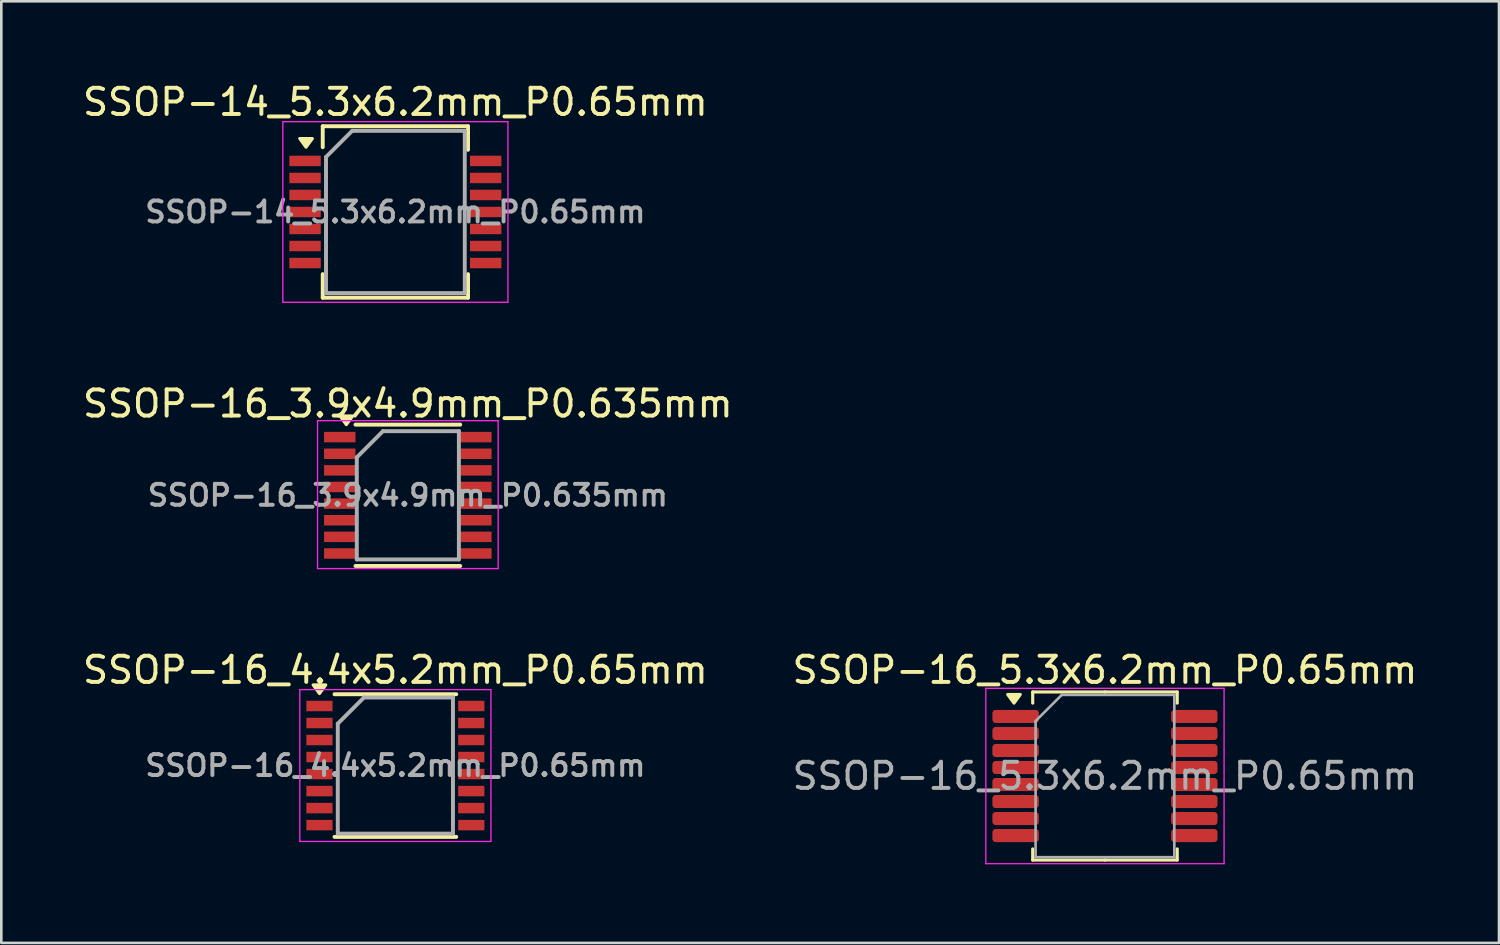
<source format=kicad_pcb>
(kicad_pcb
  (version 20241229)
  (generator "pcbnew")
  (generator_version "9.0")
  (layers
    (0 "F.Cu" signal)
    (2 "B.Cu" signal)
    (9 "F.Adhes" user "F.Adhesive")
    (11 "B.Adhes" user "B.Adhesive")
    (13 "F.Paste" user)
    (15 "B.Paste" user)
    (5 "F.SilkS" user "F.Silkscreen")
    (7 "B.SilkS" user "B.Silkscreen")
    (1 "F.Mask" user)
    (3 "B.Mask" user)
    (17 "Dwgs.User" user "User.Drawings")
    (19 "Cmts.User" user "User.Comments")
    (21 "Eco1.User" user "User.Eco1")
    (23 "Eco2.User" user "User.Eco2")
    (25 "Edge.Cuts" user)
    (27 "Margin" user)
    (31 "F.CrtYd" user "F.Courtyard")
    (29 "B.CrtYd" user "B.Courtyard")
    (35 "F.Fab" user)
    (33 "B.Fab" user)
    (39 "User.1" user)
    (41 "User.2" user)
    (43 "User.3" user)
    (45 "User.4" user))
  (footprint "SSOP-14_5.3x6.2mm_P0.65mm"
    (layer "F.Cu")
    (at 12.054 5.048)
    (property "Reference" "SSOP-14_5.3x6.2mm_P0.65mm" (at 0 -4.2 0) (layer "F.SilkS") (effects (font (size 1 1) (thickness 0.15))))
    (attr smd)
    (fp_line (start -2.775 -3.275) (end -2.775 -2.475) (stroke (width 0.15) (type solid)) (layer "F.SilkS"))
    (fp_line (start -2.775 -3.275) (end 2.775 -3.275) (stroke (width 0.15) (type solid)) (layer "F.SilkS"))
    (fp_line (start -2.775 3.275) (end -2.775 2.375) (stroke (width 0.15) (type solid)) (layer "F.SilkS"))
    (fp_line (start -2.775 3.275) (end 2.775 3.275) (stroke (width 0.15) (type solid)) (layer "F.SilkS"))
    (fp_line (start 2.775 -3.275) (end 2.775 -2.375) (stroke (width 0.15) (type solid)) (layer "F.SilkS"))
    (fp_line (start 2.775 3.275) (end 2.775 2.375) (stroke (width 0.15) (type solid)) (layer "F.SilkS"))
    (fp_poly (pts (xy -3.413 -2.475) (xy -3.652 -2.805) (xy -3.172 -2.805) (xy -3.413 -2.475)) (stroke (width 0.12) (type solid)) (fill yes) (layer "F.SilkS"))
    (fp_line (start -4.3 -3.45) (end -4.3 3.45) (stroke (width 0.05) (type solid)) (layer "F.CrtYd"))
    (fp_line (start -4.3 -3.45) (end 4.3 -3.45) (stroke (width 0.05) (type solid)) (layer "F.CrtYd"))
    (fp_line (start -4.3 3.45) (end 4.3 3.45) (stroke (width 0.05) (type solid)) (layer "F.CrtYd"))
    (fp_line (start 4.3 -3.45) (end 4.3 3.45) (stroke (width 0.05) (type solid)) (layer "F.CrtYd"))
    (fp_line (start -2.65 -2.1) (end -1.65 -3.1) (stroke (width 0.15) (type solid)) (layer "F.Fab"))
    (fp_line (start -2.65 3.1) (end -2.65 -2.1) (stroke (width 0.15) (type solid)) (layer "F.Fab"))
    (fp_line (start -1.65 -3.1) (end 2.65 -3.1) (stroke (width 0.15) (type solid)) (layer "F.Fab"))
    (fp_line (start 2.65 -3.1) (end 2.65 3.1) (stroke (width 0.15) (type solid)) (layer "F.Fab"))
    (fp_line (start 2.65 3.1) (end -2.65 3.1) (stroke (width 0.15) (type solid)) (layer "F.Fab"))
    (fp_text user "${REFERENCE}" (at 0 0 0) (layer "F.Fab") (effects (font (size 0.8 0.8) (thickness 0.15))))
    (pad "1" smd rect (at -3.45 -1.95) (size 1.2 0.4) (layers "F.Cu" "F.Mask" "F.Paste"))
    (pad "2" smd rect (at -3.45 -1.3) (size 1.2 0.4) (layers "F.Cu" "F.Mask" "F.Paste"))
    (pad "3" smd rect (at -3.45 -0.65) (size 1.2 0.4) (layers "F.Cu" "F.Mask" "F.Paste"))
    (pad "4" smd rect (at -3.45 0) (size 1.2 0.4) (layers "F.Cu" "F.Mask" "F.Paste"))
    (pad "5" smd rect (at -3.45 0.65) (size 1.2 0.4) (layers "F.Cu" "F.Mask" "F.Paste"))
    (pad "6" smd rect (at -3.45 1.3) (size 1.2 0.4) (layers "F.Cu" "F.Mask" "F.Paste"))
    (pad "7" smd rect (at -3.45 1.95) (size 1.2 0.4) (layers "F.Cu" "F.Mask" "F.Paste"))
    (pad "8" smd rect (at 3.45 1.95) (size 1.2 0.4) (layers "F.Cu" "F.Mask" "F.Paste"))
    (pad "9" smd rect (at 3.45 1.3) (size 1.2 0.4) (layers "F.Cu" "F.Mask" "F.Paste"))
    (pad "10" smd rect (at 3.45 0.65) (size 1.2 0.4) (layers "F.Cu" "F.Mask" "F.Paste"))
    (pad "11" smd rect (at 3.45 0) (size 1.2 0.4) (layers "F.Cu" "F.Mask" "F.Paste"))
    (pad "12" smd rect (at 3.45 -0.65) (size 1.2 0.4) (layers "F.Cu" "F.Mask" "F.Paste"))
    (pad "13" smd rect (at 3.45 -1.3) (size 1.2 0.4) (layers "F.Cu" "F.Mask" "F.Paste"))
    (pad "14" smd rect (at 3.45 -1.95) (size 1.2 0.4) (layers "F.Cu" "F.Mask" "F.Paste")))
  (footprint "SSOP-16_5.3x6.2mm_P0.65mm"
    (layer "F.Cu")
    (at 39.161 26.595)
    (property "Reference" "SSOP-16_5.3x6.2mm_P0.65mm" (at 0 -4.05 0) (layer "F.SilkS") (effects (font (size 1 1) (thickness 0.15))))
    (attr smd)
    (fp_line (start -2.76 -3.21) (end -2.76 -2.785) (stroke (width 0.12) (type solid)) (layer "F.SilkS"))
    (fp_line (start -2.76 3.21) (end -2.76 2.785) (stroke (width 0.12) (type solid)) (layer "F.SilkS"))
    (fp_line (start 0 -3.21) (end -2.76 -3.21) (stroke (width 0.12) (type solid)) (layer "F.SilkS"))
    (fp_line (start 0 -3.21) (end 2.76 -3.21) (stroke (width 0.12) (type solid)) (layer "F.SilkS"))
    (fp_line (start 0 3.21) (end -2.76 3.21) (stroke (width 0.12) (type solid)) (layer "F.SilkS"))
    (fp_line (start 0 3.21) (end 2.76 3.21) (stroke (width 0.12) (type solid)) (layer "F.SilkS"))
    (fp_line (start 2.76 -3.21) (end 2.76 -2.785) (stroke (width 0.12) (type solid)) (layer "F.SilkS"))
    (fp_line (start 2.76 3.21) (end 2.76 2.785) (stroke (width 0.12) (type solid)) (layer "F.SilkS"))
    (fp_poly (pts (xy -3.475 -2.785) (xy -3.715 -3.115) (xy -3.235 -3.115) (xy -3.475 -2.785)) (stroke (width 0.12) (type solid)) (fill yes) (layer "F.SilkS"))
    (fp_line (start -4.55 -3.35) (end -4.55 3.35) (stroke (width 0.05) (type solid)) (layer "F.CrtYd"))
    (fp_line (start -4.55 3.35) (end 4.55 3.35) (stroke (width 0.05) (type solid)) (layer "F.CrtYd"))
    (fp_line (start 4.55 -3.35) (end -4.55 -3.35) (stroke (width 0.05) (type solid)) (layer "F.CrtYd"))
    (fp_line (start 4.55 3.35) (end 4.55 -3.35) (stroke (width 0.05) (type solid)) (layer "F.CrtYd"))
    (fp_line (start -2.65 -2.1) (end -1.65 -3.1) (stroke (width 0.1) (type solid)) (layer "F.Fab"))
    (fp_line (start -2.65 3.1) (end -2.65 -2.1) (stroke (width 0.1) (type solid)) (layer "F.Fab"))
    (fp_line (start -1.65 -3.1) (end 2.65 -3.1) (stroke (width 0.1) (type solid)) (layer "F.Fab"))
    (fp_line (start 2.65 -3.1) (end 2.65 3.1) (stroke (width 0.1) (type solid)) (layer "F.Fab"))
    (fp_line (start 2.65 3.1) (end -2.65 3.1) (stroke (width 0.1) (type solid)) (layer "F.Fab"))
    (fp_text user "${REFERENCE}" (at 0 0 0) (layer "F.Fab") (effects (font (size 1 1) (thickness 0.15))))
    (pad "1" smd roundrect (at -3.413 -2.275) (size 1.775 0.5) (layers "F.Cu" "F.Mask" "F.Paste") (roundrect_rratio 0.25))
    (pad "2" smd roundrect (at -3.413 -1.625) (size 1.775 0.5) (layers "F.Cu" "F.Mask" "F.Paste") (roundrect_rratio 0.25))
    (pad "3" smd roundrect (at -3.413 -0.975) (size 1.775 0.5) (layers "F.Cu" "F.Mask" "F.Paste") (roundrect_rratio 0.25))
    (pad "4" smd roundrect (at -3.413 -0.325) (size 1.775 0.5) (layers "F.Cu" "F.Mask" "F.Paste") (roundrect_rratio 0.25))
    (pad "5" smd roundrect (at -3.413 0.325) (size 1.775 0.5) (layers "F.Cu" "F.Mask" "F.Paste") (roundrect_rratio 0.25))
    (pad "6" smd roundrect (at -3.413 0.975) (size 1.775 0.5) (layers "F.Cu" "F.Mask" "F.Paste") (roundrect_rratio 0.25))
    (pad "7" smd roundrect (at -3.413 1.625) (size 1.775 0.5) (layers "F.Cu" "F.Mask" "F.Paste") (roundrect_rratio 0.25))
    (pad "8" smd roundrect (at -3.413 2.275) (size 1.775 0.5) (layers "F.Cu" "F.Mask" "F.Paste") (roundrect_rratio 0.25))
    (pad "9" smd roundrect (at 3.413 2.275) (size 1.775 0.5) (layers "F.Cu" "F.Mask" "F.Paste") (roundrect_rratio 0.25))
    (pad "10" smd roundrect (at 3.413 1.625) (size 1.775 0.5) (layers "F.Cu" "F.Mask" "F.Paste") (roundrect_rratio 0.25))
    (pad "11" smd roundrect (at 3.413 0.975) (size 1.775 0.5) (layers "F.Cu" "F.Mask" "F.Paste") (roundrect_rratio 0.25))
    (pad "12" smd roundrect (at 3.413 0.325) (size 1.775 0.5) (layers "F.Cu" "F.Mask" "F.Paste") (roundrect_rratio 0.25))
    (pad "13" smd roundrect (at 3.413 -0.325) (size 1.775 0.5) (layers "F.Cu" "F.Mask" "F.Paste") (roundrect_rratio 0.25))
    (pad "14" smd roundrect (at 3.413 -0.975) (size 1.775 0.5) (layers "F.Cu" "F.Mask" "F.Paste") (roundrect_rratio 0.25))
    (pad "15" smd roundrect (at 3.413 -1.625) (size 1.775 0.5) (layers "F.Cu" "F.Mask" "F.Paste") (roundrect_rratio 0.25))
    (pad "16" smd roundrect (at 3.413 -2.275) (size 1.775 0.5) (layers "F.Cu" "F.Mask" "F.Paste") (roundrect_rratio 0.25)))
  (footprint "SSOP-16_4.4x5.2mm_P0.65mm"
    (layer "F.Cu")
    (at 12.054 26.195)
    (property "Reference" "SSOP-16_4.4x5.2mm_P0.65mm" (at 0 -3.65 0) (layer "F.SilkS") (effects (font (size 1 1) (thickness 0.15))))
    (attr smd)
    (fp_line (start -2.325 -2.725) (end 2.325 -2.725) (stroke (width 0.15) (type solid)) (layer "F.SilkS"))
    (fp_line (start -2.325 2.725) (end 2.325 2.725) (stroke (width 0.15) (type solid)) (layer "F.SilkS"))
    (fp_poly (pts (xy -2.9 -2.75) (xy -3.14 -3.08) (xy -2.66 -3.08) (xy -2.9 -2.75)) (stroke (width 0.12) (type solid)) (fill yes) (layer "F.SilkS"))
    (fp_line (start -3.65 -2.9) (end -3.65 2.9) (stroke (width 0.05) (type solid)) (layer "F.CrtYd"))
    (fp_line (start -3.65 -2.9) (end 3.65 -2.9) (stroke (width 0.05) (type solid)) (layer "F.CrtYd"))
    (fp_line (start -3.65 2.9) (end 3.65 2.9) (stroke (width 0.05) (type solid)) (layer "F.CrtYd"))
    (fp_line (start 3.65 -2.9) (end 3.65 2.9) (stroke (width 0.05) (type solid)) (layer "F.CrtYd"))
    (fp_line (start -2.2 -1.6) (end -1.2 -2.6) (stroke (width 0.15) (type solid)) (layer "F.Fab"))
    (fp_line (start -2.2 2.6) (end -2.2 -1.6) (stroke (width 0.15) (type solid)) (layer "F.Fab"))
    (fp_line (start -1.2 -2.6) (end 2.2 -2.6) (stroke (width 0.15) (type solid)) (layer "F.Fab"))
    (fp_line (start 2.2 -2.6) (end 2.2 2.6) (stroke (width 0.15) (type solid)) (layer "F.Fab"))
    (fp_line (start 2.2 2.6) (end -2.2 2.6) (stroke (width 0.15) (type solid)) (layer "F.Fab"))
    (fp_text user "${REFERENCE}" (at 0 0 0) (layer "F.Fab") (effects (font (size 0.8 0.8) (thickness 0.15))))
    (pad "1" smd rect (at -2.9 -2.275) (size 1 0.4) (layers "F.Cu" "F.Mask" "F.Paste"))
    (pad "2" smd rect (at -2.9 -1.625) (size 1 0.4) (layers "F.Cu" "F.Mask" "F.Paste"))
    (pad "3" smd rect (at -2.9 -0.975) (size 1 0.4) (layers "F.Cu" "F.Mask" "F.Paste"))
    (pad "4" smd rect (at -2.9 -0.325) (size 1 0.4) (layers "F.Cu" "F.Mask" "F.Paste"))
    (pad "5" smd rect (at -2.9 0.325) (size 1 0.4) (layers "F.Cu" "F.Mask" "F.Paste"))
    (pad "6" smd rect (at -2.9 0.975) (size 1 0.4) (layers "F.Cu" "F.Mask" "F.Paste"))
    (pad "7" smd rect (at -2.9 1.625) (size 1 0.4) (layers "F.Cu" "F.Mask" "F.Paste"))
    (pad "8" smd rect (at -2.9 2.275) (size 1 0.4) (layers "F.Cu" "F.Mask" "F.Paste"))
    (pad "9" smd rect (at 2.9 2.275) (size 1 0.4) (layers "F.Cu" "F.Mask" "F.Paste"))
    (pad "10" smd rect (at 2.9 1.625) (size 1 0.4) (layers "F.Cu" "F.Mask" "F.Paste"))
    (pad "11" smd rect (at 2.9 0.975) (size 1 0.4) (layers "F.Cu" "F.Mask" "F.Paste"))
    (pad "12" smd rect (at 2.9 0.325) (size 1 0.4) (layers "F.Cu" "F.Mask" "F.Paste"))
    (pad "13" smd rect (at 2.9 -0.325) (size 1 0.4) (layers "F.Cu" "F.Mask" "F.Paste"))
    (pad "14" smd rect (at 2.9 -0.975) (size 1 0.4) (layers "F.Cu" "F.Mask" "F.Paste"))
    (pad "15" smd rect (at 2.9 -1.625) (size 1 0.4) (layers "F.Cu" "F.Mask" "F.Paste"))
    (pad "16" smd rect (at 2.9 -2.275) (size 1 0.4) (layers "F.Cu" "F.Mask" "F.Paste")))
  (footprint "SSOP-16_3.9x4.9mm_P0.635mm"
    (layer "F.Cu")
    (at 12.53 15.871)
    (property "Reference" "SSOP-16_3.9x4.9mm_P0.635mm" (at 0 -3.5 0) (layer "F.SilkS") (effects (font (size 1 1) (thickness 0.15))))
    (attr smd)
    (fp_line (start -2 -2.7) (end 2 -2.7) (stroke (width 0.15) (type solid)) (layer "F.SilkS"))
    (fp_line (start -2 2.7) (end 2 2.7) (stroke (width 0.15) (type solid)) (layer "F.SilkS"))
    (fp_poly (pts (xy -2.35 -2.7) (xy -2.59 -3.03) (xy -2.11 -3.03) (xy -2.35 -2.7)) (stroke (width 0.12) (type solid)) (fill yes) (layer "F.SilkS"))
    (fp_line (start -3.45 -2.85) (end -3.45 2.8) (stroke (width 0.05) (type solid)) (layer "F.CrtYd"))
    (fp_line (start -3.45 -2.85) (end 3.45 -2.85) (stroke (width 0.05) (type solid)) (layer "F.CrtYd"))
    (fp_line (start -3.45 2.8) (end 3.45 2.8) (stroke (width 0.05) (type solid)) (layer "F.CrtYd"))
    (fp_line (start 3.45 -2.85) (end 3.45 2.8) (stroke (width 0.05) (type solid)) (layer "F.CrtYd"))
    (fp_line (start -1.95 -1.45) (end -0.95 -2.45) (stroke (width 0.15) (type solid)) (layer "F.Fab"))
    (fp_line (start -1.95 2.45) (end -1.95 -1.45) (stroke (width 0.15) (type solid)) (layer "F.Fab"))
    (fp_line (start -0.95 -2.45) (end 1.95 -2.45) (stroke (width 0.15) (type solid)) (layer "F.Fab"))
    (fp_line (start 1.95 -2.45) (end 1.95 2.45) (stroke (width 0.15) (type solid)) (layer "F.Fab"))
    (fp_line (start 1.95 2.45) (end -1.95 2.45) (stroke (width 0.15) (type solid)) (layer "F.Fab"))
    (fp_text user "${REFERENCE}" (at 0 0 0) (layer "F.Fab") (effects (font (size 0.8 0.8) (thickness 0.15))))
    (pad "1" smd rect (at -2.6 -2.223) (size 1.2 0.4) (layers "F.Cu" "F.Mask" "F.Paste"))
    (pad "2" smd rect (at -2.6 -1.587) (size 1.2 0.4) (layers "F.Cu" "F.Mask" "F.Paste"))
    (pad "3" smd rect (at -2.6 -0.953) (size 1.2 0.4) (layers "F.Cu" "F.Mask" "F.Paste"))
    (pad "4" smd rect (at -2.6 -0.318) (size 1.2 0.4) (layers "F.Cu" "F.Mask" "F.Paste"))
    (pad "5" smd rect (at -2.6 0.318) (size 1.2 0.4) (layers "F.Cu" "F.Mask" "F.Paste"))
    (pad "6" smd rect (at -2.6 0.953) (size 1.2 0.4) (layers "F.Cu" "F.Mask" "F.Paste"))
    (pad "7" smd rect (at -2.6 1.587) (size 1.2 0.4) (layers "F.Cu" "F.Mask" "F.Paste"))
    (pad "8" smd rect (at -2.6 2.223) (size 1.2 0.4) (layers "F.Cu" "F.Mask" "F.Paste"))
    (pad "9" smd rect (at 2.6 2.223) (size 1.2 0.4) (layers "F.Cu" "F.Mask" "F.Paste"))
    (pad "10" smd rect (at 2.6 1.587) (size 1.2 0.4) (layers "F.Cu" "F.Mask" "F.Paste"))
    (pad "11" smd rect (at 2.6 0.953) (size 1.2 0.4) (layers "F.Cu" "F.Mask" "F.Paste"))
    (pad "12" smd rect (at 2.6 0.318) (size 1.2 0.4) (layers "F.Cu" "F.Mask" "F.Paste"))
    (pad "13" smd rect (at 2.6 -0.318) (size 1.2 0.4) (layers "F.Cu" "F.Mask" "F.Paste"))
    (pad "14" smd rect (at 2.6 -0.953) (size 1.2 0.4) (layers "F.Cu" "F.Mask" "F.Paste"))
    (pad "15" smd rect (at 2.6 -1.587) (size 1.2 0.4) (layers "F.Cu" "F.Mask" "F.Paste"))
    (pad "16" smd rect (at 2.6 -2.223) (size 1.2 0.4) (layers "F.Cu" "F.Mask" "F.Paste")))
  (gr_rect
    (start -3 -3)
    (end 54.214 32.97)
    (stroke (width 0.1) (type default))
    (fill no)
    (layer "Edge.Cuts")))
</source>
